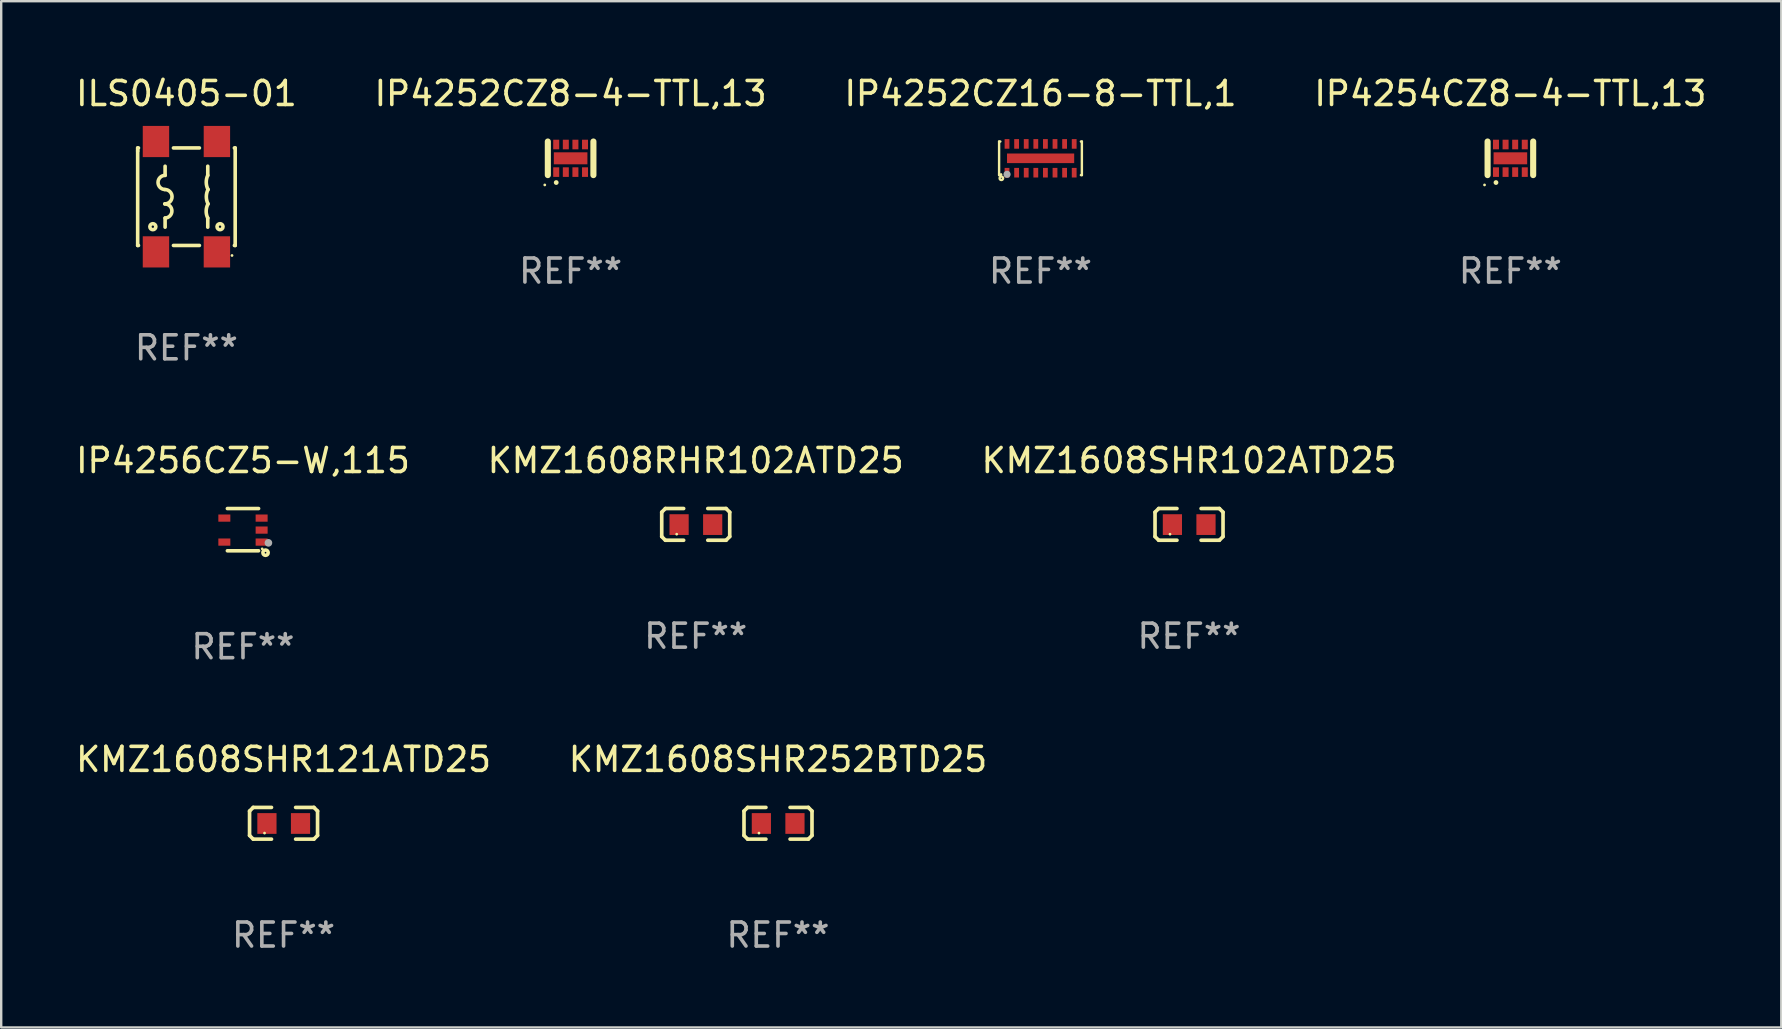
<source format=kicad_pcb>
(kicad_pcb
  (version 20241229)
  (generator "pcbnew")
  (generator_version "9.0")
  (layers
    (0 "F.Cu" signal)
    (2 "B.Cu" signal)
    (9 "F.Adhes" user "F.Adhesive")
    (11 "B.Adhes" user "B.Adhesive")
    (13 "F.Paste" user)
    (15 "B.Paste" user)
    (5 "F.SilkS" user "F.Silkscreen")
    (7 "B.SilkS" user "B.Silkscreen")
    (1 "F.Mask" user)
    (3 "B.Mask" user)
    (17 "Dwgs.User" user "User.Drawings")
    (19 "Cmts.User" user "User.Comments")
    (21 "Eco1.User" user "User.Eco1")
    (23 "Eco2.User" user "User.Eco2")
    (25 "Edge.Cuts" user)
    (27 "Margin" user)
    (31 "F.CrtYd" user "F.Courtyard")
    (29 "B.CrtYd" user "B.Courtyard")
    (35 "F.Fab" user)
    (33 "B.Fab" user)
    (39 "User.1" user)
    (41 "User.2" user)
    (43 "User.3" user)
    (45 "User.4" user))
  (footprint "ILS0405-01"
    (layer "F.Cu")
    (at 4.72 5.148)
    (property "Reference" "ILS0405-01" (at 0 -4.3 0) (layer "F.SilkS") (effects (font (size 1 1) (thickness 0.15))))
    (attr through_hole)
    (fp_line (start -2.032 -2.032) (end -2.032 -1.905) (stroke (width 0.15) (type solid)) (layer "F.SilkS"))
    (fp_line (start -2.032 -1.905) (end -2.032 2.032) (stroke (width 0.15) (type solid)) (layer "F.SilkS"))
    (fp_line (start -2.032 2.032) (end -1.999 2.032) (stroke (width 0.15) (type solid)) (layer "F.SilkS"))
    (fp_line (start -1.999 -2.032) (end -2.032 -2.032) (stroke (width 0.15) (type solid)) (layer "F.SilkS"))
    (fp_line (start -0.889 -1.27) (end -0.889 -0.889) (stroke (width 0.15) (type solid)) (layer "F.SilkS"))
    (fp_line (start -0.889 1.27) (end -0.889 0.889) (stroke (width 0.15) (type solid)) (layer "F.SilkS"))
    (fp_line (start -0.541 2.032) (end 0.541 2.032) (stroke (width 0.15) (type solid)) (layer "F.SilkS"))
    (fp_line (start 0.541 -2.032) (end -0.541 -2.032) (stroke (width 0.15) (type solid)) (layer "F.SilkS"))
    (fp_line (start 0.889 -1.27) (end 0.889 -0.889) (stroke (width 0.15) (type solid)) (layer "F.SilkS"))
    (fp_line (start 0.889 1.27) (end 0.889 0.889) (stroke (width 0.15) (type solid)) (layer "F.SilkS"))
    (fp_line (start 1.999 2.032) (end 2.032 2.032) (stroke (width 0.15) (type solid)) (layer "F.SilkS"))
    (fp_line (start 2.032 -2.032) (end 1.999 -2.032) (stroke (width 0.15) (type solid)) (layer "F.SilkS"))
    (fp_line (start 2.032 2.032) (end 2.032 -2.032) (stroke (width 0.15) (type solid)) (layer "F.SilkS"))
    (fp_arc (start -0.9 -0.3) (mid -0.6 0) (end -0.9 0.3) (stroke (width 0.150013) (type solid)) (layer "F.SilkS"))
    (fp_arc (start -0.9 -0.3) (mid -1.183592 -0.599899) (end -0.889001 -0.889002) (stroke (width 0.150013) (type solid)) (layer "F.SilkS"))
    (fp_arc (start -0.9 0.299999) (mid -0.605486 0.589104) (end -0.889002 0.889002) (stroke (width 0.150013) (type solid)) (layer "F.SilkS"))
    (fp_arc (start 0.888621 0.888722) (mid 0.822885 0.592894) (end 0.899695 0.299746) (stroke (width 0.150013) (type solid)) (layer "F.SilkS"))
    (fp_arc (start 0.899694 0.299746) (mid 0.828878 -0.000242) (end 0.899695 -0.300229) (stroke (width 0.150013) (type solid)) (layer "F.SilkS"))
    (fp_arc (start 0.899695 -0.300229) (mid 0.826379 -0.593481) (end 0.888621 -0.889281) (stroke (width 0.150013) (type solid)) (layer "F.SilkS"))
    (fp_circle (center -1.4 1.25) (end -1.35 1.25) (stroke (width 0.15) (type solid)) (fill no) (layer "F.SilkS"))
    (fp_circle (center 1.4 1.25) (end 1.45 1.25) (stroke (width 0.15) (type solid)) (fill no) (layer "F.SilkS"))
    (fp_circle (center 1.9 2.45) (end 1.93 2.45) (stroke (width 0.06) (type solid)) (fill no) (layer "F.SilkS"))
    (fp_text user "REF**" (at 0 6.3 0) (layer "F.Fab") (effects (font (size 1 1) (thickness 0.15))))
    (pad "1" smd rect (at 1.27 2.3) (size 1.1 1.3) (layers "F.Cu" "F.Mask" "F.Paste"))
    (pad "3" smd rect (at -1.27 2.3) (size 1.1 1.3) (layers "F.Cu" "F.Mask" "F.Paste"))
    (pad "4" smd rect (at -1.27 -2.3) (size 1.1 1.3) (layers "F.Cu" "F.Mask" "F.Paste"))
    (pad "6" smd rect (at 1.27 -2.3) (size 1.1 1.3) (layers "F.Cu" "F.Mask" "F.Paste")))
  (footprint "IP4254CZ8-4-TTL,13"
    (layer "F.Cu")
    (at 59.899 3.548)
    (property "Reference" "IP4254CZ8-4-TTL,13" (at 0 -2.7 0) (layer "F.SilkS") (effects (font (size 1 1) (thickness 0.15))))
    (attr through_hole)
    (fp_line (start -0.95 -0.7) (end -0.95 0.7) (stroke (width 0.254) (type solid)) (layer "F.SilkS"))
    (fp_line (start 0.95 -0.7) (end 0.95 0.7) (stroke (width 0.254) (type solid)) (layer "F.SilkS"))
    (fp_circle (center -1.077 1.11) (end -1.047 1.11) (stroke (width 0.06) (type solid)) (fill no) (layer "F.SilkS"))
    (fp_circle (center -0.6 1.01) (end -0.55 1.01) (stroke (width 0.1) (type solid)) (fill no) (layer "F.SilkS"))
    (fp_text user "REF**" (at 0 4.7 0) (layer "F.Fab") (effects (font (size 1 1) (thickness 0.15))))
    (pad "1" smd rect (at -0.6 0.575) (size 0.25 0.4) (layers "F.Cu" "F.Mask" "F.Paste"))
    (pad "2" smd rect (at -0.2 0.575) (size 0.25 0.4) (layers "F.Cu" "F.Mask" "F.Paste"))
    (pad "3" smd rect (at 0.2 0.575) (size 0.25 0.4) (layers "F.Cu" "F.Mask" "F.Paste"))
    (pad "4" smd rect (at 0.6 0.575) (size 0.25 0.4) (layers "F.Cu" "F.Mask" "F.Paste"))
    (pad "5" smd rect (at 0.6 -0.575) (size 0.25 0.4) (layers "F.Cu" "F.Mask" "F.Paste"))
    (pad "6" smd rect (at 0.2 -0.575) (size 0.25 0.4) (layers "F.Cu" "F.Mask" "F.Paste"))
    (pad "7" smd rect (at -0.2 -0.575) (size 0.25 0.4) (layers "F.Cu" "F.Mask" "F.Paste"))
    (pad "8" smd rect (at -0.6 -0.575) (size 0.25 0.4) (layers "F.Cu" "F.Mask" "F.Paste"))
    (pad "9" smd rect (at 0 0.000127 270) (size 0.5 1.4) (layers "F.Cu" "F.Mask" "F.Paste")))
  (footprint "KMZ1608RHR102ATD25"
    (layer "F.Cu")
    (at 25.946 18.805)
    (property "Reference" "KMZ1608RHR102ATD25" (at 0 -2.661 0) (layer "F.SilkS") (effects (font (size 1 1) (thickness 0.15))))
    (attr through_hole)
    (fp_line (start -1.417 -0.508) (end -1.265 -0.661) (stroke (width 0.152) (type solid)) (layer "F.SilkS"))
    (fp_line (start -1.417 0.508) (end -1.417 -0.508) (stroke (width 0.152) (type solid)) (layer "F.SilkS"))
    (fp_line (start -1.265 -0.661) (end -0.503 -0.661) (stroke (width 0.152) (type solid)) (layer "F.SilkS"))
    (fp_line (start -1.265 0.661) (end -1.417 0.508) (stroke (width 0.152) (type solid)) (layer "F.SilkS"))
    (fp_line (start -1.265 0.661) (end -0.503 0.661) (stroke (width 0.152) (type solid)) (layer "F.SilkS"))
    (fp_line (start 1.265 -0.661) (end 0.503 -0.661) (stroke (width 0.152) (type solid)) (layer "F.SilkS"))
    (fp_line (start 1.265 -0.661) (end 1.417 -0.508) (stroke (width 0.152) (type solid)) (layer "F.SilkS"))
    (fp_line (start 1.265 0.661) (end 0.503 0.661) (stroke (width 0.152) (type solid)) (layer "F.SilkS"))
    (fp_line (start 1.417 -0.508) (end 1.417 0.508) (stroke (width 0.152) (type solid)) (layer "F.SilkS"))
    (fp_line (start 1.417 0.508) (end 1.265 0.661) (stroke (width 0.152) (type solid)) (layer "F.SilkS"))
    (fp_circle (center -0.793 0.409) (end -0.763 0.409) (stroke (width 0.06) (type solid)) (fill no) (layer "F.SilkS"))
    (fp_text user "REF**" (at 0 4.661 0) (layer "F.Fab") (effects (font (size 1 1) (thickness 0.15))))
    (pad "1" smd rect (at -0.693 0.009 180) (size 0.8 0.864) (layers "F.Cu" "F.Mask" "F.Paste"))
    (pad "2" smd rect (at 0.707 0.009 180) (size 0.8 0.864) (layers "F.Cu" "F.Mask" "F.Paste")))
  (footprint "KMZ1608SHR252BTD25"
    (layer "F.Cu")
    (at 29.375 31.262)
    (property "Reference" "KMZ1608SHR252BTD25" (at 0 -2.661 0) (layer "F.SilkS") (effects (font (size 1 1) (thickness 0.15))))
    (attr through_hole)
    (fp_line (start -1.417 -0.508) (end -1.265 -0.661) (stroke (width 0.152) (type solid)) (layer "F.SilkS"))
    (fp_line (start -1.417 0.508) (end -1.417 -0.508) (stroke (width 0.152) (type solid)) (layer "F.SilkS"))
    (fp_line (start -1.265 -0.661) (end -0.503 -0.661) (stroke (width 0.152) (type solid)) (layer "F.SilkS"))
    (fp_line (start -1.265 0.661) (end -1.417 0.508) (stroke (width 0.152) (type solid)) (layer "F.SilkS"))
    (fp_line (start -1.265 0.661) (end -0.503 0.661) (stroke (width 0.152) (type solid)) (layer "F.SilkS"))
    (fp_line (start 1.265 -0.661) (end 0.503 -0.661) (stroke (width 0.152) (type solid)) (layer "F.SilkS"))
    (fp_line (start 1.265 -0.661) (end 1.417 -0.508) (stroke (width 0.152) (type solid)) (layer "F.SilkS"))
    (fp_line (start 1.265 0.661) (end 0.503 0.661) (stroke (width 0.152) (type solid)) (layer "F.SilkS"))
    (fp_line (start 1.417 -0.508) (end 1.417 0.508) (stroke (width 0.152) (type solid)) (layer "F.SilkS"))
    (fp_line (start 1.417 0.508) (end 1.265 0.661) (stroke (width 0.152) (type solid)) (layer "F.SilkS"))
    (fp_circle (center -0.793 0.409) (end -0.763 0.409) (stroke (width 0.06) (type solid)) (fill no) (layer "F.SilkS"))
    (fp_text user "REF**" (at 0 4.661 0) (layer "F.Fab") (effects (font (size 1 1) (thickness 0.15))))
    (pad "1" smd rect (at -0.693 0.009 180) (size 0.8 0.864) (layers "F.Cu" "F.Mask" "F.Paste"))
    (pad "2" smd rect (at 0.707 0.009 180) (size 0.8 0.864) (layers "F.Cu" "F.Mask" "F.Paste")))
  (footprint "IP4252CZ8-4-TTL,13"
    (layer "F.Cu")
    (at 20.732 3.548)
    (property "Reference" "IP4252CZ8-4-TTL,13" (at 0 -2.7 0) (layer "F.SilkS") (effects (font (size 1 1) (thickness 0.15))))
    (attr through_hole)
    (fp_line (start -0.95 -0.7) (end -0.95 0.7) (stroke (width 0.254) (type solid)) (layer "F.SilkS"))
    (fp_line (start 0.95 -0.7) (end 0.95 0.7) (stroke (width 0.254) (type solid)) (layer "F.SilkS"))
    (fp_circle (center -1.077 1.11) (end -1.047 1.11) (stroke (width 0.06) (type solid)) (fill no) (layer "F.SilkS"))
    (fp_circle (center -0.6 1.01) (end -0.55 1.01) (stroke (width 0.1) (type solid)) (fill no) (layer "F.SilkS"))
    (fp_text user "REF**" (at 0 4.7 0) (layer "F.Fab") (effects (font (size 1 1) (thickness 0.15))))
    (pad "1" smd rect (at -0.6 0.575) (size 0.25 0.4) (layers "F.Cu" "F.Mask" "F.Paste"))
    (pad "2" smd rect (at -0.2 0.575) (size 0.25 0.4) (layers "F.Cu" "F.Mask" "F.Paste"))
    (pad "3" smd rect (at 0.2 0.575) (size 0.25 0.4) (layers "F.Cu" "F.Mask" "F.Paste"))
    (pad "4" smd rect (at 0.6 0.575) (size 0.25 0.4) (layers "F.Cu" "F.Mask" "F.Paste"))
    (pad "5" smd rect (at 0.6 -0.575) (size 0.25 0.4) (layers "F.Cu" "F.Mask" "F.Paste"))
    (pad "6" smd rect (at 0.2 -0.575) (size 0.25 0.4) (layers "F.Cu" "F.Mask" "F.Paste"))
    (pad "7" smd rect (at -0.2 -0.575) (size 0.25 0.4) (layers "F.Cu" "F.Mask" "F.Paste"))
    (pad "8" smd rect (at -0.6 -0.575) (size 0.25 0.4) (layers "F.Cu" "F.Mask" "F.Paste"))
    (pad "9" smd rect (at 0 0.000127 270) (size 0.5 1.4) (layers "F.Cu" "F.Mask" "F.Paste")))
  (footprint "IP4252CZ16-8-TTL,1"
    (layer "F.Cu")
    (at 40.315 3.548)
    (property "Reference" "IP4252CZ16-8-TTL,1" (at 0 -2.7 0) (layer "F.SilkS") (effects (font (size 1 1) (thickness 0.15))))
    (attr through_hole)
    (fp_line (start -1.725 -0.7) (end -1.725 0.7) (stroke (width 0.1) (type solid)) (layer "F.SilkS"))
    (fp_line (start -1.725 -0.7) (end -1.674 -0.7) (stroke (width 0.1) (type solid)) (layer "F.SilkS"))
    (fp_line (start -1.725 0.7) (end -1.674 0.7) (stroke (width 0.1) (type solid)) (layer "F.SilkS"))
    (fp_line (start 1.684 -0.7) (end 1.725 -0.7) (stroke (width 0.1) (type solid)) (layer "F.SilkS"))
    (fp_line (start 1.684 0.7) (end 1.725 0.7) (stroke (width 0.1) (type solid)) (layer "F.SilkS"))
    (fp_line (start 1.725 -0.7) (end 1.725 0.7) (stroke (width 0.1) (type solid)) (layer "F.SilkS"))
    (fp_circle (center -1.645 0.675) (end -1.615 0.675) (stroke (width 0.06) (type solid)) (fill no) (layer "F.SilkS"))
    (fp_circle (center -1.631 0.832) (end -1.608 0.832) (stroke (width 0.1) (type solid)) (fill no) (layer "F.SilkS"))
    (fp_circle (center -1.394 0.668) (end -1.319 0.668) (stroke (width 0.15) (type solid)) (fill no) (layer "F.Fab"))
    (fp_text user "REF**" (at 0 4.7 0) (layer "F.Fab") (effects (font (size 1 1) (thickness 0.15))))
    (pad "1" smd rect (at -1.395 0.6) (size 0.2 0.4) (layers "F.Cu" "F.Mask" "F.Paste"))
    (pad "2" smd rect (at -0.995 0.6) (size 0.2 0.4) (layers "F.Cu" "F.Mask" "F.Paste"))
    (pad "3" smd rect (at -0.595 0.6) (size 0.2 0.4) (layers "F.Cu" "F.Mask" "F.Paste"))
    (pad "4" smd rect (at -0.195 0.6) (size 0.2 0.4) (layers "F.Cu" "F.Mask" "F.Paste"))
    (pad "5" smd rect (at 0.205 0.6) (size 0.2 0.4) (layers "F.Cu" "F.Mask" "F.Paste"))
    (pad "6" smd rect (at 0.605 0.6) (size 0.2 0.4) (layers "F.Cu" "F.Mask" "F.Paste"))
    (pad "7" smd rect (at 1.005 0.6) (size 0.2 0.4) (layers "F.Cu" "F.Mask" "F.Paste"))
    (pad "8" smd rect (at 1.405 0.6) (size 0.2 0.4) (layers "F.Cu" "F.Mask" "F.Paste"))
    (pad "9" smd rect (at 1.405 -0.6) (size 0.2 0.4) (layers "F.Cu" "F.Mask" "F.Paste"))
    (pad "10" smd rect (at 1.005 -0.6) (size 0.2 0.4) (layers "F.Cu" "F.Mask" "F.Paste"))
    (pad "11" smd rect (at 0.605 -0.6) (size 0.2 0.4) (layers "F.Cu" "F.Mask" "F.Paste"))
    (pad "12" smd rect (at 0.205 -0.6) (size 0.2 0.4) (layers "F.Cu" "F.Mask" "F.Paste"))
    (pad "13" smd rect (at -0.195 -0.6) (size 0.2 0.4) (layers "F.Cu" "F.Mask" "F.Paste"))
    (pad "14" smd rect (at -0.595 -0.6) (size 0.2 0.4) (layers "F.Cu" "F.Mask" "F.Paste"))
    (pad "15" smd rect (at -0.995 -0.6) (size 0.2 0.4) (layers "F.Cu" "F.Mask" "F.Paste"))
    (pad "16" smd rect (at -1.395 -0.6) (size 0.2 0.4) (layers "F.Cu" "F.Mask" "F.Paste"))
    (pad "17" smd rect (at 0.005 -0.000051) (size 2.8 0.4) (layers "F.Cu" "F.Mask" "F.Paste")))
  (footprint "KMZ1608SHR121ATD25"
    (layer "F.Cu")
    (at 8.768 31.262)
    (property "Reference" "KMZ1608SHR121ATD25" (at 0 -2.661 0) (layer "F.SilkS") (effects (font (size 1 1) (thickness 0.15))))
    (attr through_hole)
    (fp_line (start -1.417 -0.508) (end -1.265 -0.661) (stroke (width 0.152) (type solid)) (layer "F.SilkS"))
    (fp_line (start -1.417 0.508) (end -1.417 -0.508) (stroke (width 0.152) (type solid)) (layer "F.SilkS"))
    (fp_line (start -1.265 -0.661) (end -0.503 -0.661) (stroke (width 0.152) (type solid)) (layer "F.SilkS"))
    (fp_line (start -1.265 0.661) (end -1.417 0.508) (stroke (width 0.152) (type solid)) (layer "F.SilkS"))
    (fp_line (start -1.265 0.661) (end -0.503 0.661) (stroke (width 0.152) (type solid)) (layer "F.SilkS"))
    (fp_line (start 1.265 -0.661) (end 0.503 -0.661) (stroke (width 0.152) (type solid)) (layer "F.SilkS"))
    (fp_line (start 1.265 -0.661) (end 1.417 -0.508) (stroke (width 0.152) (type solid)) (layer "F.SilkS"))
    (fp_line (start 1.265 0.661) (end 0.503 0.661) (stroke (width 0.152) (type solid)) (layer "F.SilkS"))
    (fp_line (start 1.417 -0.508) (end 1.417 0.508) (stroke (width 0.152) (type solid)) (layer "F.SilkS"))
    (fp_line (start 1.417 0.508) (end 1.265 0.661) (stroke (width 0.152) (type solid)) (layer "F.SilkS"))
    (fp_circle (center -0.793 0.409) (end -0.763 0.409) (stroke (width 0.06) (type solid)) (fill no) (layer "F.SilkS"))
    (fp_text user "REF**" (at 0 4.661 0) (layer "F.Fab") (effects (font (size 1 1) (thickness 0.15))))
    (pad "1" smd rect (at -0.693 0.009 180) (size 0.8 0.864) (layers "F.Cu" "F.Mask" "F.Paste"))
    (pad "2" smd rect (at 0.707 0.009 180) (size 0.8 0.864) (layers "F.Cu" "F.Mask" "F.Paste")))
  (footprint "IP4256CZ5-W,115"
    (layer "F.Cu")
    (at 7.077 19.025)
    (property "Reference" "IP4256CZ5-W,115" (at 0 -2.88 0) (layer "F.SilkS") (effects (font (size 1 1) (thickness 0.15))))
    (attr through_hole)
    (fp_line (start 0.65 -0.88) (end -0.65 -0.88) (stroke (width 0.15) (type solid)) (layer "F.SilkS"))
    (fp_line (start 0.65 0.88) (end -0.65 0.88) (stroke (width 0.15) (type solid)) (layer "F.SilkS"))
    (fp_circle (center 0.8 0.8) (end 0.83 0.8) (stroke (width 0.06) (type solid)) (fill no) (layer "F.SilkS"))
    (fp_circle (center 0.94 0.96) (end 1.05 0.96) (stroke (width 0.15) (type solid)) (fill no) (layer "F.SilkS"))
    (fp_circle (center 1.06 0.55) (end 1.14 0.55) (stroke (width 0.16) (type solid)) (fill no) (layer "F.Fab"))
    (fp_text user "REF**" (at 0 4.88 0) (layer "F.Fab") (effects (font (size 1 1) (thickness 0.15))))
    (pad "1" smd rect (at 0.777 0.518) (size 0.5 0.3) (layers "F.Cu" "F.Mask" "F.Paste"))
    (pad "2" smd rect (at 0.777 0.018) (size 0.5 0.3) (layers "F.Cu" "F.Mask" "F.Paste"))
    (pad "3" smd rect (at 0.777 -0.482) (size 0.5 0.3) (layers "F.Cu" "F.Mask" "F.Paste"))
    (pad "4" smd rect (at -0.777 -0.482) (size 0.5 0.3) (layers "F.Cu" "F.Mask" "F.Paste"))
    (pad "5" smd rect (at -0.777 0.518) (size 0.5 0.3) (layers "F.Cu" "F.Mask" "F.Paste")))
  (footprint "KMZ1608SHR102ATD25"
    (layer "F.Cu")
    (at 46.506 18.805)
    (property "Reference" "KMZ1608SHR102ATD25" (at 0 -2.661 0) (layer "F.SilkS") (effects (font (size 1 1) (thickness 0.15))))
    (attr through_hole)
    (fp_line (start -1.417 -0.508) (end -1.265 -0.661) (stroke (width 0.152) (type solid)) (layer "F.SilkS"))
    (fp_line (start -1.417 0.508) (end -1.417 -0.508) (stroke (width 0.152) (type solid)) (layer "F.SilkS"))
    (fp_line (start -1.265 -0.661) (end -0.503 -0.661) (stroke (width 0.152) (type solid)) (layer "F.SilkS"))
    (fp_line (start -1.265 0.661) (end -1.417 0.508) (stroke (width 0.152) (type solid)) (layer "F.SilkS"))
    (fp_line (start -1.265 0.661) (end -0.503 0.661) (stroke (width 0.152) (type solid)) (layer "F.SilkS"))
    (fp_line (start 1.265 -0.661) (end 0.503 -0.661) (stroke (width 0.152) (type solid)) (layer "F.SilkS"))
    (fp_line (start 1.265 -0.661) (end 1.417 -0.508) (stroke (width 0.152) (type solid)) (layer "F.SilkS"))
    (fp_line (start 1.265 0.661) (end 0.503 0.661) (stroke (width 0.152) (type solid)) (layer "F.SilkS"))
    (fp_line (start 1.417 -0.508) (end 1.417 0.508) (stroke (width 0.152) (type solid)) (layer "F.SilkS"))
    (fp_line (start 1.417 0.508) (end 1.265 0.661) (stroke (width 0.152) (type solid)) (layer "F.SilkS"))
    (fp_circle (center -0.793 0.409) (end -0.763 0.409) (stroke (width 0.06) (type solid)) (fill no) (layer "F.SilkS"))
    (fp_text user "REF**" (at 0 4.661 0) (layer "F.Fab") (effects (font (size 1 1) (thickness 0.15))))
    (pad "1" smd rect (at -0.693 0.009 180) (size 0.8 0.864) (layers "F.Cu" "F.Mask" "F.Paste"))
    (pad "2" smd rect (at 0.707 0.009 180) (size 0.8 0.864) (layers "F.Cu" "F.Mask" "F.Paste")))
  (gr_rect
    (start -3 -3)
    (end 71.19 39.771)
    (stroke (width 0.1) (type default))
    (fill no)
    (layer "Edge.Cuts")))
</source>
